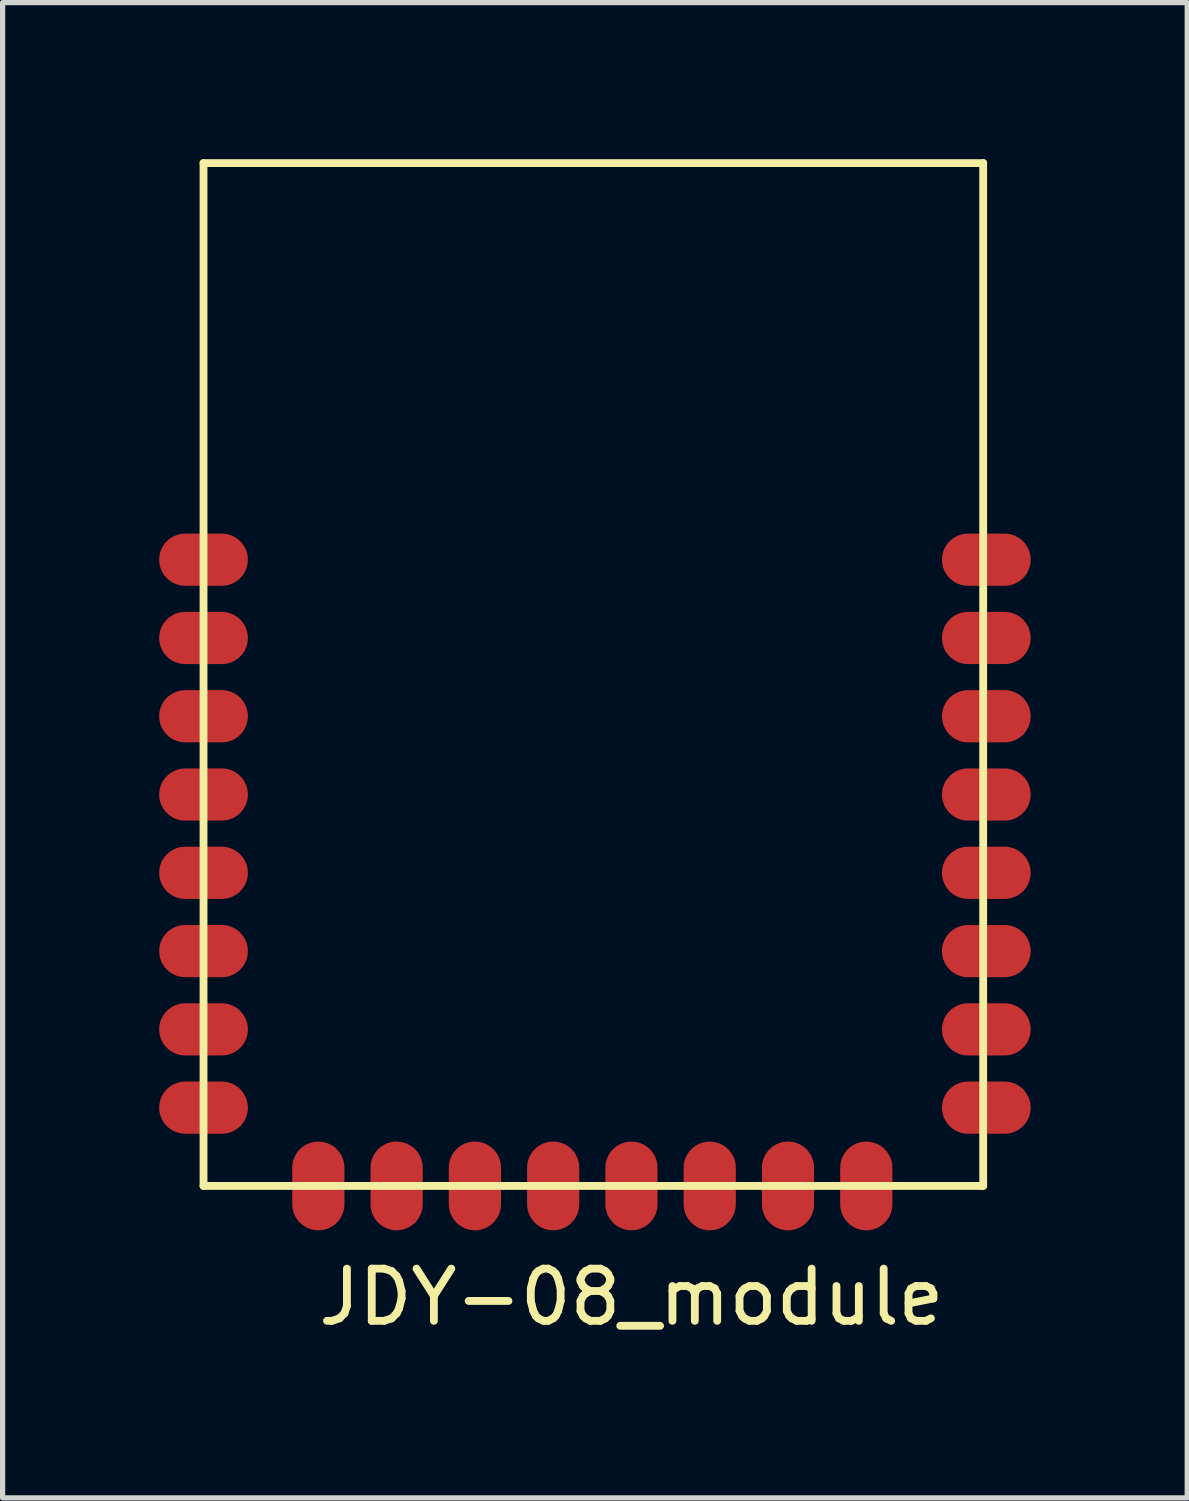
<source format=kicad_pcb>
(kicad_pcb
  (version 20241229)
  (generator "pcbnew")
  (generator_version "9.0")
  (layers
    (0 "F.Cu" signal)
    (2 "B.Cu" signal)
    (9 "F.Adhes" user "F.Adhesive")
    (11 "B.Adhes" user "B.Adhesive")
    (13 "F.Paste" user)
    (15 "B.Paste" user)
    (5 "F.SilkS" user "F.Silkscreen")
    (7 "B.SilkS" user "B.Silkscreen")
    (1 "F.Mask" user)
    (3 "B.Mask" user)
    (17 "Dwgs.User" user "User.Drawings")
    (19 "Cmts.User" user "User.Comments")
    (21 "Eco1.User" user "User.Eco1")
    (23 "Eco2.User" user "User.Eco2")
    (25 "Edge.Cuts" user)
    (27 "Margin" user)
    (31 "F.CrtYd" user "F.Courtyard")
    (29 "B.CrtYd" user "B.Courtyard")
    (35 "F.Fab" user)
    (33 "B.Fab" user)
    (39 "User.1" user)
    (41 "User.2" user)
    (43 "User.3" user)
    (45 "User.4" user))
  (footprint "JDY-08_module"
    (layer "F.Cu")
    (at 0.85 19.675)
    (property "Reference" "JDY-08_module" (at 8.2 2.13 0) (layer "F.SilkS") (effects (font (size 1 1) (thickness 0.15))))
    (attr through_hole)
    (fp_line (start 0 -19.6) (end 14.94 -19.6) (stroke (width 0.15) (type solid)) (layer "F.SilkS"))
    (fp_line (start 0 0) (end 0 -19.6) (stroke (width 0.15) (type solid)) (layer "F.SilkS"))
    (fp_line (start 14.94 -19.6) (end 14.94 0) (stroke (width 0.15) (type solid)) (layer "F.SilkS"))
    (fp_line (start 14.94 0) (end 0 0) (stroke (width 0.15) (type solid)) (layer "F.SilkS"))
    (pad "1" smd oval (at 0 -12) (size 1.7 1) (layers "F.Cu" "F.Mask" "F.Paste"))
    (pad "2" smd oval (at 0 -10.5) (size 1.7 1) (layers "F.Cu" "F.Mask" "F.Paste"))
    (pad "3" smd oval (at 0 -9) (size 1.7 1) (layers "F.Cu" "F.Mask" "F.Paste"))
    (pad "4" smd oval (at 0 -7.5) (size 1.7 1) (layers "F.Cu" "F.Mask" "F.Paste"))
    (pad "5" smd oval (at 0 -6) (size 1.7 1) (layers "F.Cu" "F.Mask" "F.Paste"))
    (pad "6" smd oval (at 0 -4.5) (size 1.7 1) (layers "F.Cu" "F.Mask" "F.Paste"))
    (pad "7" smd oval (at 0 -3) (size 1.7 1) (layers "F.Cu" "F.Mask" "F.Paste"))
    (pad "8" smd oval (at 0 -1.5) (size 1.7 1) (layers "F.Cu" "F.Mask" "F.Paste"))
    (pad "9" smd oval (at 2.2 0 90) (size 1.7 1) (layers "F.Cu" "F.Mask" "F.Paste"))
    (pad "10" smd oval (at 3.7 0 90) (size 1.7 1) (layers "F.Cu" "F.Mask" "F.Paste"))
    (pad "11" smd oval (at 5.2 0 90) (size 1.7 1) (layers "F.Cu" "F.Mask" "F.Paste"))
    (pad "12" smd oval (at 6.7 0 90) (size 1.7 1) (layers "F.Cu" "F.Mask" "F.Paste"))
    (pad "13" smd oval (at 8.2 0 90) (size 1.7 1) (layers "F.Cu" "F.Mask" "F.Paste"))
    (pad "14" smd oval (at 9.7 0 90) (size 1.7 1) (layers "F.Cu" "F.Mask" "F.Paste"))
    (pad "15" smd oval (at 11.2 0 90) (size 1.7 1) (layers "F.Cu" "F.Mask" "F.Paste"))
    (pad "16" smd oval (at 12.7 0 90) (size 1.7 1) (layers "F.Cu" "F.Mask" "F.Paste"))
    (pad "17" smd oval (at 15 -1.5) (size 1.7 1) (layers "F.Cu" "F.Mask" "F.Paste"))
    (pad "18" smd oval (at 15 -3) (size 1.7 1) (layers "F.Cu" "F.Mask" "F.Paste"))
    (pad "19" smd oval (at 15 -4.5) (size 1.7 1) (layers "F.Cu" "F.Mask" "F.Paste"))
    (pad "20" smd oval (at 15 -6) (size 1.7 1) (layers "F.Cu" "F.Mask" "F.Paste"))
    (pad "21" smd oval (at 15 -7.5) (size 1.7 1) (layers "F.Cu" "F.Mask" "F.Paste"))
    (pad "22" smd oval (at 15 -9) (size 1.7 1) (layers "F.Cu" "F.Mask" "F.Paste"))
    (pad "23" smd oval (at 15 -10.5) (size 1.7 1) (layers "F.Cu" "F.Mask" "F.Paste"))
    (pad "24" smd oval (at 15 -12) (size 1.7 1) (layers "F.Cu" "F.Mask" "F.Paste")))
  (gr_rect
    (start -3 -3)
    (end 19.7 25.653)
    (stroke (width 0.1) (type default))
    (fill no)
    (layer "Edge.Cuts")))
</source>
